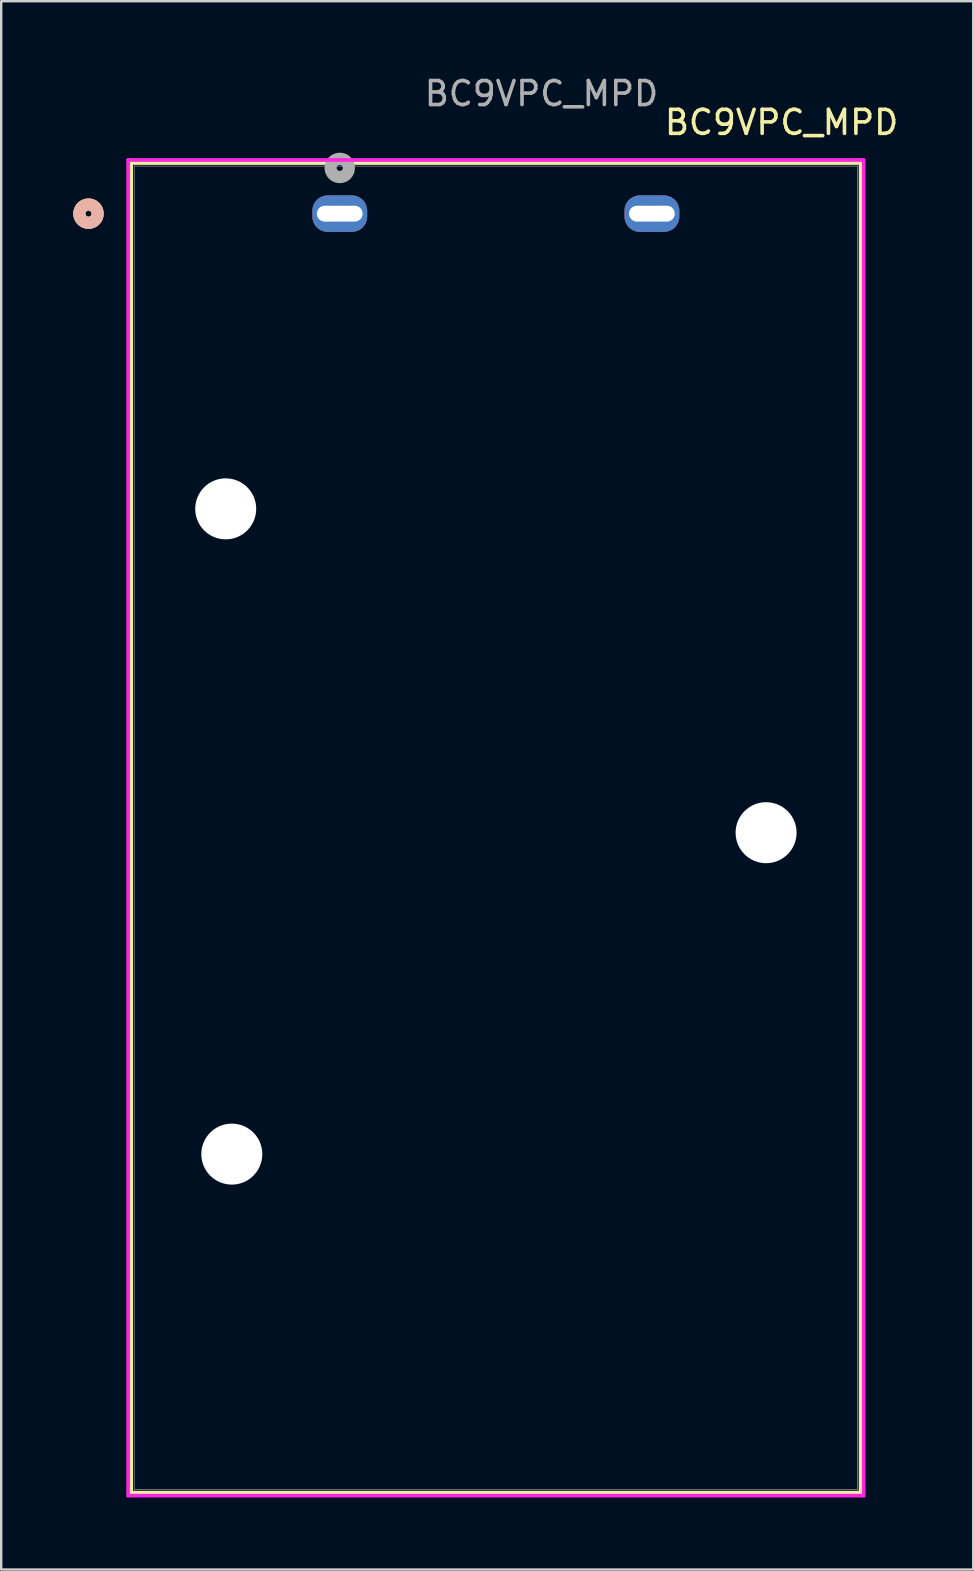
<source format=kicad_pcb>
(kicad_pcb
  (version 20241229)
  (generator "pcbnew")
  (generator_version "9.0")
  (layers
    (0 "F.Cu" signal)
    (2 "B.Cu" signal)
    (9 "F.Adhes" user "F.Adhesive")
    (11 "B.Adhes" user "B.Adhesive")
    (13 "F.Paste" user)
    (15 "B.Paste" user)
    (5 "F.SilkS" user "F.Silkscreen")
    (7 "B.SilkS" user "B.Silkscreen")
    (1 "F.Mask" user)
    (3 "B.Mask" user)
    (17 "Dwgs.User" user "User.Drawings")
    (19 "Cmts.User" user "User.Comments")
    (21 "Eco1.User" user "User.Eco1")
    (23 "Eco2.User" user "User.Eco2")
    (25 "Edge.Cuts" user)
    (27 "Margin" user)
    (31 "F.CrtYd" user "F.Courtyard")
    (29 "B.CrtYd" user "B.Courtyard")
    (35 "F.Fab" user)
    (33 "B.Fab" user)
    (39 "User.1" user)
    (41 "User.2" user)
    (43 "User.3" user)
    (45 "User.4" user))
  (footprint "BC9VPC_MPD"
    (layer "F.Cu")
    (at 11.1 5.848)
    (property "Reference" "BC9VPC_MPD" (at 18.4 -3.8 0) (unlocked yes) (layer "F.SilkS") (effects (font (size 1 1) (thickness 0.15))))
    (attr smd)
    (fp_line (start -8.687 -2.108) (end -8.687 53.264) (stroke (width 0.152) (type solid)) (layer "F.SilkS"))
    (fp_line (start -8.687 53.264) (end 21.692 53.264) (stroke (width 0.152) (type solid)) (layer "F.SilkS"))
    (fp_line (start 21.692 -2.108) (end -8.687 -2.108) (stroke (width 0.152) (type solid)) (layer "F.SilkS"))
    (fp_line (start 21.692 53.264) (end 21.692 -2.108) (stroke (width 0.152) (type solid)) (layer "F.SilkS"))
    (fp_circle (center -10.465 0) (end -10.084 0) (stroke (width 0.508) (type solid)) (fill no) (layer "F.SilkS"))
    (fp_circle (center -10.465 0) (end -10.084 0) (stroke (width 0.508) (type solid)) (fill no) (layer "B.SilkS"))
    (fp_line (start -8.814 -2.235) (end -8.814 53.391) (stroke (width 0.152) (type solid)) (layer "F.CrtYd"))
    (fp_line (start -8.814 53.391) (end 21.819 53.391) (stroke (width 0.152) (type solid)) (layer "F.CrtYd"))
    (fp_line (start 21.819 -2.235) (end -8.814 -2.235) (stroke (width 0.152) (type solid)) (layer "F.CrtYd"))
    (fp_line (start 21.819 53.391) (end 21.819 -2.235) (stroke (width 0.152) (type solid)) (layer "F.CrtYd"))
    (fp_line (start -8.56 -1.981) (end -8.56 53.137) (stroke (width 0.025) (type solid)) (layer "F.Fab"))
    (fp_line (start -8.56 53.137) (end 21.565 53.137) (stroke (width 0.025) (type solid)) (layer "F.Fab"))
    (fp_line (start 21.565 -1.981) (end -8.56 -1.981) (stroke (width 0.025) (type solid)) (layer "F.Fab"))
    (fp_line (start 21.565 53.137) (end 21.565 -1.981) (stroke (width 0.025) (type solid)) (layer "F.Fab"))
    (fp_circle (center 0 -1.905) (end 0.381 -1.905) (stroke (width 0.508) (type solid)) (fill no) (layer "F.Fab"))
    (fp_text user "${REFERENCE}" (at 8.4 -5 0) (unlocked yes) (layer "F.Fab") (effects (font (size 1 1) (thickness 0.15))))
    (pad "" np_thru_hole circle (at -4.75 12.294) (size 2.54 2.54) (drill 2.54) (layers "*.Cu" "*.Mask"))
    (pad "" np_thru_hole circle (at -4.496 39.167) (size 2.54 2.54) (drill 2.54) (layers "*.Cu" "*.Mask"))
    (pad "" np_thru_hole circle (at 17.755 25.781) (size 2.54 2.54) (drill 2.54) (layers "*.Cu" "*.Mask"))
    (pad "1" thru_hole roundrect (at 0 0) (size 2.286 1.524) (drill oval 1.905 0.66) (layers "*.Cu" "*.Mask") (roundrect_rratio 0.417))
    (pad "2" thru_hole roundrect (at 13 0) (size 2.286 1.524) (drill oval 1.905 0.66) (layers "*.Cu" "*.Mask") (roundrect_rratio 0.417)))
  (gr_rect
    (start -3 -3)
    (end 37.482 62.315)
    (stroke (width 0.1) (type default))
    (fill no)
    (layer "Edge.Cuts")))
</source>
